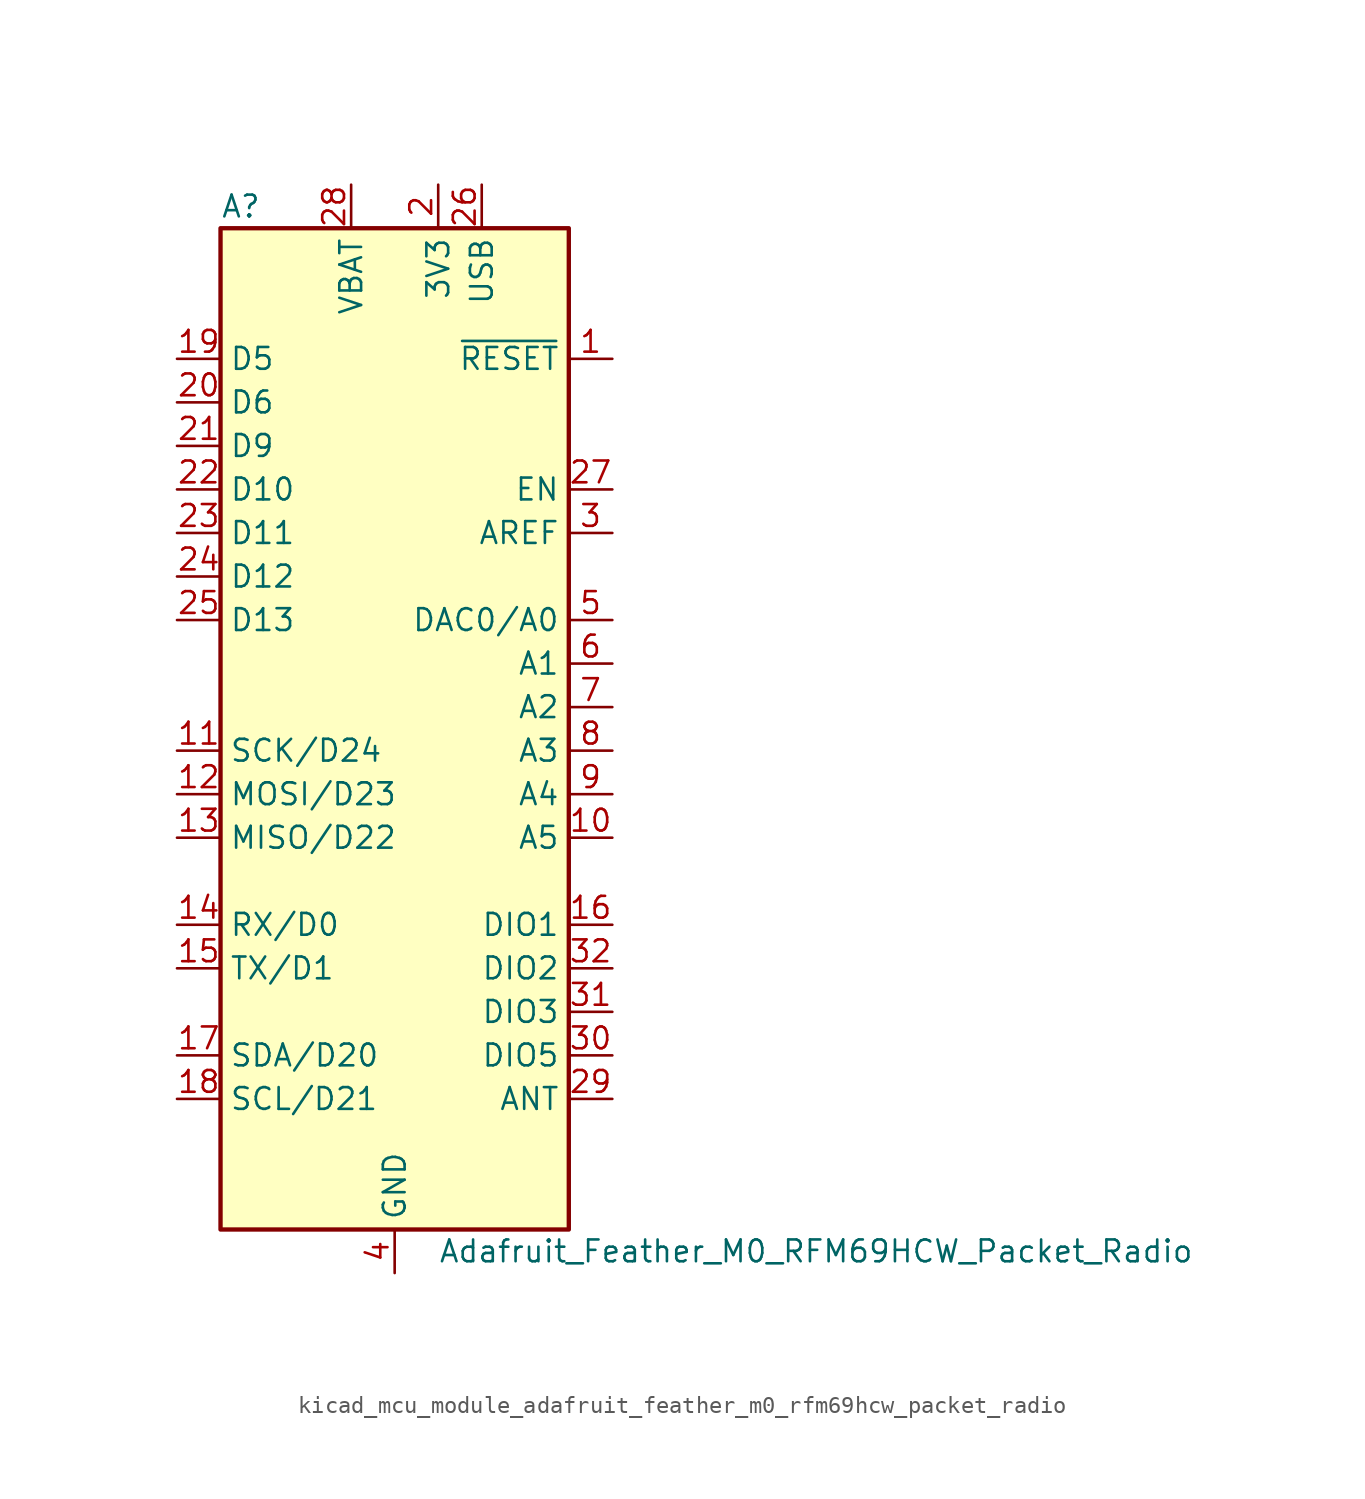
<source format=kicad_sym>
(kicad_symbol_lib
  (version 20220914)
  (generator kicad_symbol_editor)
  (symbol "kicad_mcu_module_adafruit_feather_m0_rfm69hcw_packet_radio"
    (property "Reference" "A"
      (at -10.16 29.21 0)
      (effects (font (size 1.27 1.27)) (justify left)))
    (property "Value" "Adafruit_Feather_M0_RFM69HCW_Packet_Radio"
      (at 2.54 -31.75 0)
      (effects (font (size 1.27 1.27)) (justify left)))
    (symbol "kicad_mcu_module_adafruit_feather_m0_rfm69hcw_packet_radio_0_1"
      (rectangle (start -10.16 27.94) (end 10.16 -30.48) (stroke (width 0.254) (type default)) (fill (type background))))
    (symbol "kicad_mcu_module_adafruit_feather_m0_rfm69hcw_packet_radio_1_1"
      (pin input line (at 12.7 20.32 180) (length 2.54) (name "~{RESET}" (effects (font (size 1.27 1.27)))) (number "1" (effects (font (size 1.27 1.27)))))
      (pin bidirectional line (at 12.7 -7.62 180) (length 2.54) (name "A5" (effects (font (size 1.27 1.27)))) (number "10" (effects (font (size 1.27 1.27)))))
      (pin bidirectional line (at -12.7 -2.54 0) (length 2.54) (name "SCK/D24" (effects (font (size 1.27 1.27)))) (number "11" (effects (font (size 1.27 1.27)))))
      (pin bidirectional line (at -12.7 -5.08 0) (length 2.54) (name "MOSI/D23" (effects (font (size 1.27 1.27)))) (number "12" (effects (font (size 1.27 1.27)))))
      (pin bidirectional line (at -12.7 -7.62 0) (length 2.54) (name "MISO/D22" (effects (font (size 1.27 1.27)))) (number "13" (effects (font (size 1.27 1.27)))))
      (pin bidirectional line (at -12.7 -12.7 0) (length 2.54) (name "RX/D0" (effects (font (size 1.27 1.27)))) (number "14" (effects (font (size 1.27 1.27)))))
      (pin bidirectional line (at -12.7 -15.24 0) (length 2.54) (name "TX/D1" (effects (font (size 1.27 1.27)))) (number "15" (effects (font (size 1.27 1.27)))))
      (pin bidirectional line (at 12.7 -12.7 180) (length 2.54) (name "DIO1" (effects (font (size 1.27 1.27)))) (number "16" (effects (font (size 1.27 1.27)))))
      (pin bidirectional line (at -12.7 -20.32 0) (length 2.54) (name "SDA/D20" (effects (font (size 1.27 1.27)))) (number "17" (effects (font (size 1.27 1.27)))))
      (pin bidirectional line (at -12.7 -22.86 0) (length 2.54) (name "SCL/D21" (effects (font (size 1.27 1.27)))) (number "18" (effects (font (size 1.27 1.27)))))
      (pin bidirectional line (at -12.7 20.32 0) (length 2.54) (name "D5" (effects (font (size 1.27 1.27)))) (number "19" (effects (font (size 1.27 1.27)))))
      (pin power_in line (at 2.54 30.48 270) (length 2.54) (name "3V3" (effects (font (size 1.27 1.27)))) (number "2" (effects (font (size 1.27 1.27)))))
      (pin bidirectional line (at -12.7 17.78 0) (length 2.54) (name "D6" (effects (font (size 1.27 1.27)))) (number "20" (effects (font (size 1.27 1.27)))))
      (pin bidirectional line (at -12.7 15.24 0) (length 2.54) (name "D9" (effects (font (size 1.27 1.27)))) (number "21" (effects (font (size 1.27 1.27)))))
      (pin bidirectional line (at -12.7 12.7 0) (length 2.54) (name "D10" (effects (font (size 1.27 1.27)))) (number "22" (effects (font (size 1.27 1.27)))))
      (pin bidirectional line (at -12.7 10.16 0) (length 2.54) (name "D11" (effects (font (size 1.27 1.27)))) (number "23" (effects (font (size 1.27 1.27)))))
      (pin bidirectional line (at -12.7 7.62 0) (length 2.54) (name "D12" (effects (font (size 1.27 1.27)))) (number "24" (effects (font (size 1.27 1.27)))))
      (pin bidirectional line (at -12.7 5.08 0) (length 2.54) (name "D13" (effects (font (size 1.27 1.27)))) (number "25" (effects (font (size 1.27 1.27)))))
      (pin power_in line (at 5.08 30.48 270) (length 2.54) (name "USB" (effects (font (size 1.27 1.27)))) (number "26" (effects (font (size 1.27 1.27)))))
      (pin input line (at 12.7 12.7 180) (length 2.54) (name "EN" (effects (font (size 1.27 1.27)))) (number "27" (effects (font (size 1.27 1.27)))))
      (pin power_in line (at -2.54 30.48 270) (length 2.54) (name "VBAT" (effects (font (size 1.27 1.27)))) (number "28" (effects (font (size 1.27 1.27)))))
      (pin bidirectional line (at 12.7 -22.86 180) (length 2.54) (name "ANT" (effects (font (size 1.27 1.27)))) (number "29" (effects (font (size 1.27 1.27)))))
      (pin input line (at 12.7 10.16 180) (length 2.54) (name "AREF" (effects (font (size 1.27 1.27)))) (number "3" (effects (font (size 1.27 1.27)))))
      (pin bidirectional line (at 12.7 -20.32 180) (length 2.54) (name "DIO5" (effects (font (size 1.27 1.27)))) (number "30" (effects (font (size 1.27 1.27)))))
      (pin bidirectional line (at 12.7 -17.78 180) (length 2.54) (name "DIO3" (effects (font (size 1.27 1.27)))) (number "31" (effects (font (size 1.27 1.27)))))
      (pin bidirectional line (at 12.7 -15.24 180) (length 2.54) (name "DIO2" (effects (font (size 1.27 1.27)))) (number "32" (effects (font (size 1.27 1.27)))))
      (pin power_in line (at 0 -33.02 90) (length 2.54) (name "GND" (effects (font (size 1.27 1.27)))) (number "4" (effects (font (size 1.27 1.27)))))
      (pin bidirectional line (at 12.7 5.08 180) (length 2.54) (name "DAC0/A0" (effects (font (size 1.27 1.27)))) (number "5" (effects (font (size 1.27 1.27)))))
      (pin bidirectional line (at 12.7 2.54 180) (length 2.54) (name "A1" (effects (font (size 1.27 1.27)))) (number "6" (effects (font (size 1.27 1.27)))))
      (pin bidirectional line (at 12.7 0 180) (length 2.54) (name "A2" (effects (font (size 1.27 1.27)))) (number "7" (effects (font (size 1.27 1.27)))))
      (pin bidirectional line (at 12.7 -2.54 180) (length 2.54) (name "A3" (effects (font (size 1.27 1.27)))) (number "8" (effects (font (size 1.27 1.27)))))
      (pin bidirectional line (at 12.7 -5.08 180) (length 2.54) (name "A4" (effects (font (size 1.27 1.27)))) (number "9" (effects (font (size 1.27 1.27))))))))
</source>
